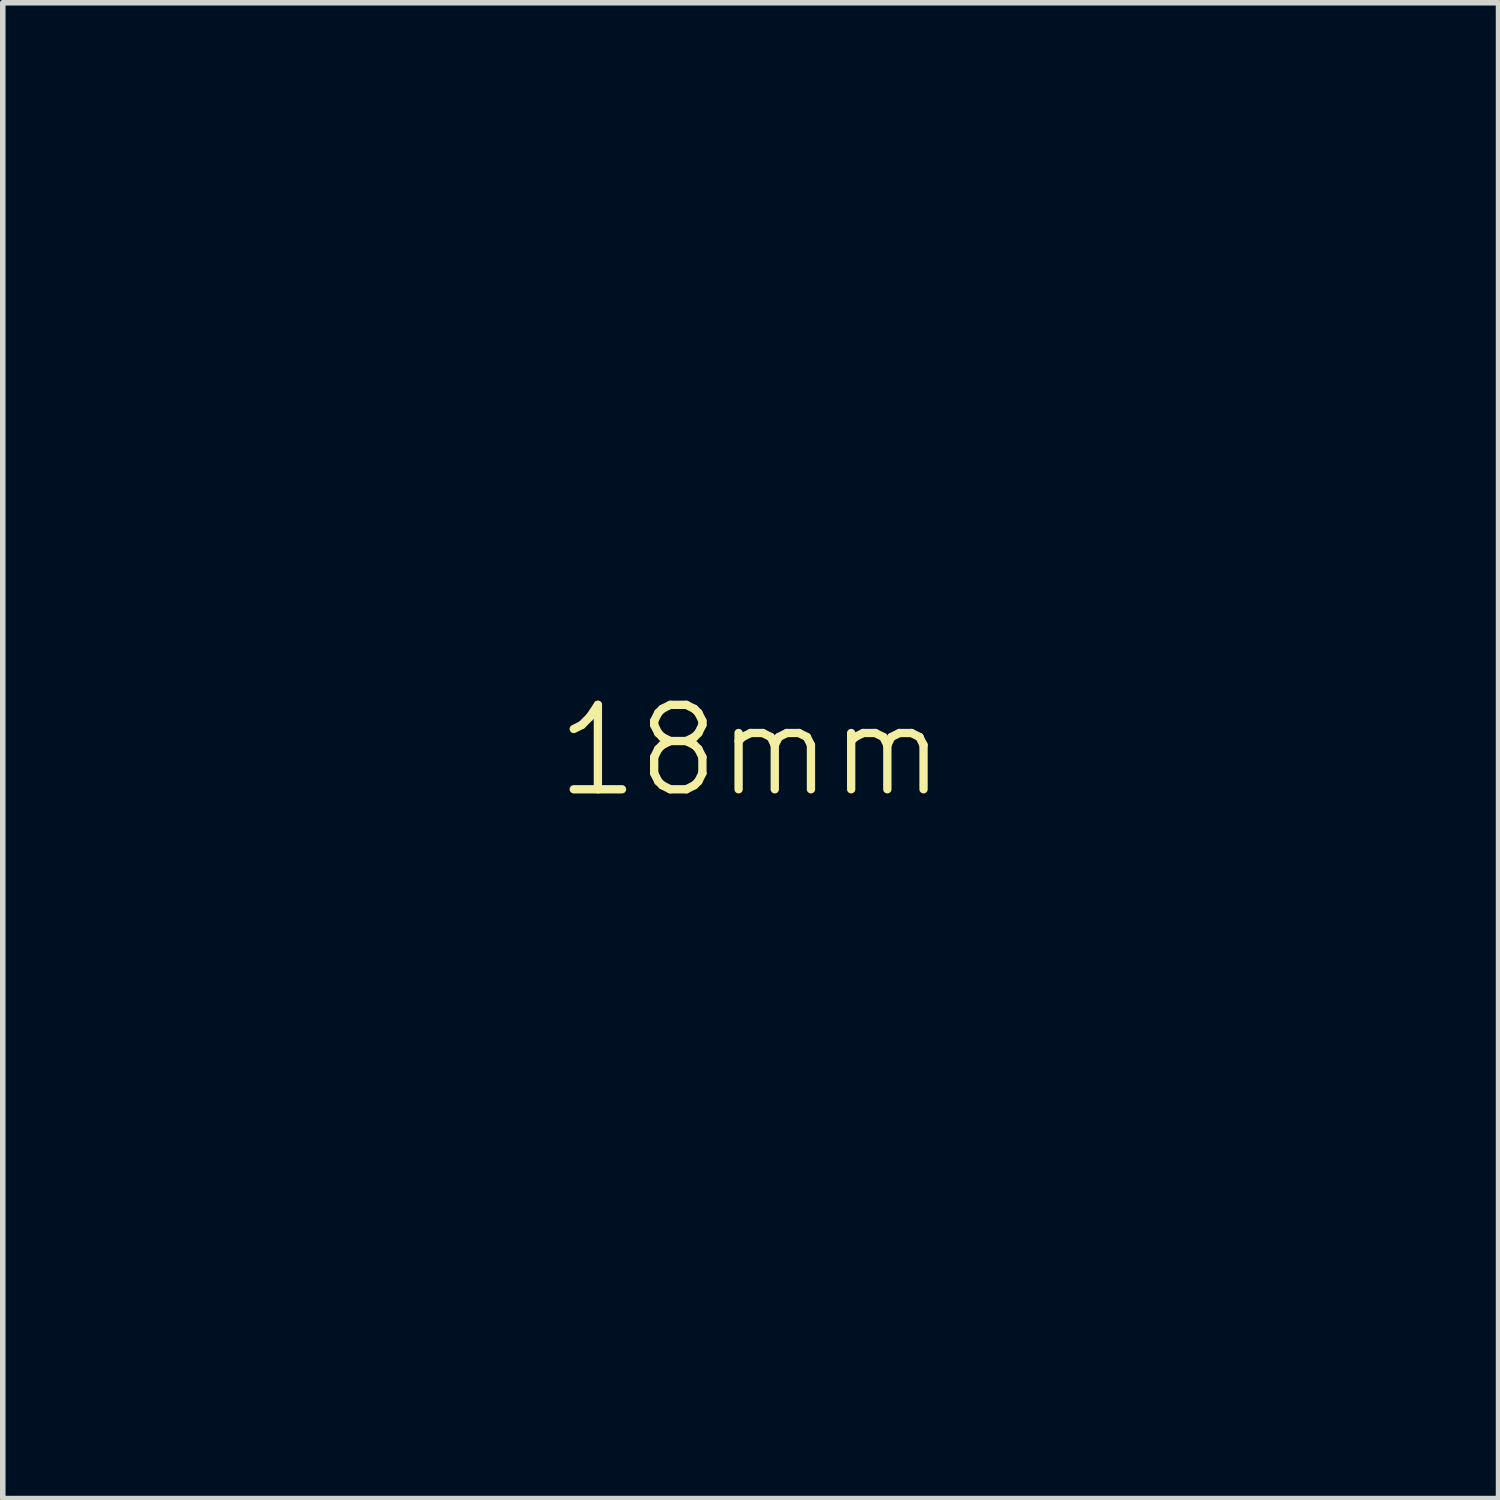
<source format=kicad_pcb>
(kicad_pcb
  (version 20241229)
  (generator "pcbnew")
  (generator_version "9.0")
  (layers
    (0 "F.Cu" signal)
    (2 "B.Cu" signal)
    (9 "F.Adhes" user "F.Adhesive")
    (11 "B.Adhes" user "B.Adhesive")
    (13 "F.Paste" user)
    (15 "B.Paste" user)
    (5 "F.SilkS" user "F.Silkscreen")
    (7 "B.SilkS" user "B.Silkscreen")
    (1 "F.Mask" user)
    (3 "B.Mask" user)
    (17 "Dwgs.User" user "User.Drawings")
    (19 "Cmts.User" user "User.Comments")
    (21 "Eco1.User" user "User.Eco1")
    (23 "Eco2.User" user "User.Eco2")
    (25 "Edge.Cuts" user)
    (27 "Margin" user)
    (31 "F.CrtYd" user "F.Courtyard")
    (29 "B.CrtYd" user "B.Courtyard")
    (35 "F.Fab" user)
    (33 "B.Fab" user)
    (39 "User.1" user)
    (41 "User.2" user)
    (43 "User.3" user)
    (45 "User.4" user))
  (footprint "18mm"
    (layer "F.Cu")
    (at 10.5 10.5)
    (property "Reference" "18mm" (at 0 0 0) (layer "F.SilkS") (effects (font (size 1.524 1.524) (thickness 0.15))))
    (attr through_hole)
    (fp_poly (pts (xy 0 -10.5) (xy 0 -9) (xy 0.463 -8.988) (xy 0.92 -8.953) (xy 1.371 -8.896) (xy 1.814 -8.817) (xy 2.249 -8.717) (xy 2.676 -8.595) (xy 3.094 -8.454) (xy 3.503 -8.293) (xy 3.902 -8.112) (xy 4.29 -7.914) (xy 4.667 -7.697) (xy 5.032 -7.463) (xy 5.385 -7.212) (xy 5.725 -6.945) (xy 6.051 -6.662) (xy 6.364 -6.364) (xy 6.662 -6.051) (xy 6.945 -5.725) (xy 7.212 -5.385) (xy 7.463 -5.032) (xy 7.697 -4.667) (xy 7.914 -4.29) (xy 8.112 -3.902) (xy 8.293 -3.503) (xy 8.454 -3.094) (xy 8.595 -2.676) (xy 8.717 -2.249) (xy 8.817 -1.814) (xy 8.896 -1.371) (xy 8.953 -0.92) (xy 8.988 -0.463) (xy 9 0) (xy 8.997 0.194) (xy 8.99 0.388) (xy 8.979 0.582) (xy 8.964 0.775) (xy 8.945 0.967) (xy 8.921 1.159) (xy 8.894 1.349) (xy 8.862 1.539) (xy 8.827 1.728) (xy 8.787 1.916) (xy 8.744 2.104) (xy 8.696 2.29) (xy 8.645 2.475) (xy 8.59 2.658) (xy 8.53 2.841) (xy 8.467 3.022) (xy 8.4 3.202) (xy 8.33 3.38) (xy 8.255 3.557) (xy 8.177 3.732) (xy 8.095 3.905) (xy 8.009 4.077) (xy 7.919 4.247) (xy 7.826 4.416) (xy 7.729 4.582) (xy 7.629 4.747) (xy 7.525 4.909) (xy 7.417 5.069) (xy 7.306 5.228) (xy 7.191 5.384) (xy 7.072 5.538) (xy 6.95 5.689) (xy 6.936 5.678) (xy 6.921 5.667) (xy 6.905 5.656) (xy 6.89 5.646) (xy 6.874 5.636) (xy 6.858 5.626) (xy 6.842 5.617) (xy 6.826 5.608) (xy 6.81 5.599) (xy 6.793 5.591) (xy 6.777 5.583) (xy 6.76 5.576) (xy 6.743 5.568) (xy 6.726 5.561) (xy 6.708 5.555) (xy 6.691 5.549) (xy 6.674 5.543) (xy 6.656 5.538) (xy 6.638 5.532) (xy 6.62 5.528) (xy 6.602 5.523) (xy 6.584 5.519) (xy 6.566 5.516) (xy 6.548 5.512) (xy 6.53 5.51) (xy 6.511 5.507) (xy 6.493 5.505) (xy 6.475 5.503) (xy 6.456 5.502) (xy 6.437 5.501) (xy 6.419 5.5) (xy 6.4 5.5) (xy 6.354 5.501) (xy 6.308 5.505) (xy 6.263 5.51) (xy 6.219 5.518) (xy 6.175 5.528) (xy 6.132 5.54) (xy 6.091 5.554) (xy 6.05 5.571) (xy 6.01 5.589) (xy 5.971 5.609) (xy 5.933 5.63) (xy 5.897 5.654) (xy 5.861 5.679) (xy 5.827 5.705) (xy 5.795 5.734) (xy 5.764 5.764) (xy 5.734 5.795) (xy 5.705 5.827) (xy 5.679 5.861) (xy 5.654 5.897) (xy 5.63 5.933) (xy 5.609 5.971) (xy 5.589 6.01) (xy 5.571 6.05) (xy 5.554 6.091) (xy 5.54 6.132) (xy 5.528 6.175) (xy 5.518 6.219) (xy 5.51 6.263) (xy 5.505 6.308) (xy 5.501 6.354) (xy 5.5 6.4) (xy 5.5 6.419) (xy 5.501 6.437) (xy 5.502 6.456) (xy 5.503 6.474) (xy 5.505 6.493) (xy 5.507 6.511) (xy 5.509 6.529) (xy 5.512 6.547) (xy 5.516 6.565) (xy 5.519 6.583) (xy 5.523 6.601) (xy 5.527 6.619) (xy 5.532 6.637) (xy 5.537 6.655) (xy 5.542 6.672) (xy 5.548 6.689) (xy 5.554 6.707) (xy 5.561 6.724) (xy 5.568 6.741) (xy 5.575 6.758) (xy 5.582 6.775) (xy 5.59 6.791) (xy 5.598 6.808) (xy 5.607 6.824) (xy 5.616 6.84) (xy 5.625 6.856) (xy 5.634 6.872) (xy 5.644 6.887) (xy 5.654 6.903) (xy 5.665 6.918) (xy 5.676 6.933) (xy 5.687 6.948) (xy 5.64 6.986) (xy 5.594 7.024) (xy 5.546 7.061) (xy 5.499 7.098) (xy 5.452 7.135) (xy 5.404 7.171) (xy 5.356 7.207) (xy 5.307 7.243) (xy 5.259 7.278) (xy 5.21 7.313) (xy 5.161 7.348) (xy 5.112 7.382) (xy 5.063 7.417) (xy 5.013 7.45) (xy 4.963 7.484) (xy 4.913 7.517) (xy 4.863 7.55) (xy 4.812 7.582) (xy 4.762 7.614) (xy 4.711 7.646) (xy 4.659 7.677) (xy 4.608 7.708) (xy 4.556 7.739) (xy 4.505 7.769) (xy 4.453 7.799) (xy 4.4 7.829) (xy 4.348 7.859) (xy 4.295 7.888) (xy 4.243 7.916) (xy 4.19 7.944) (xy 4.136 7.972) (xy 4.083 8) (xy 3.5 8) (xy 3.5 5.1) (xy 3.3 4.9) (xy -3.3 4.9) (xy -3.5 5.1) (xy -3.5 8) (xy -4.118 8) (xy -4.396 7.851) (xy -4.667 7.693) (xy -4.931 7.527) (xy -5.188 7.352) (xy -5.438 7.169) (xy -5.681 6.978) (xy -5.917 6.779) (xy -6.145 6.573) (xy -6.365 6.36) (xy -6.578 6.14) (xy -6.783 5.913) (xy -6.979 5.68) (xy -7.168 5.44) (xy -7.348 5.194) (xy -7.52 4.943) (xy -7.683 4.686) (xy -7.837 4.423) (xy -7.982 4.155) (xy -8.118 3.883) (xy -8.245 3.606) (xy -8.363 3.324) (xy -8.471 3.038) (xy -8.569 2.749) (xy -8.658 2.455) (xy -8.737 2.158) (xy -8.806 1.858) (xy -8.865 1.554) (xy -8.913 1.248) (xy -8.951 0.939) (xy -8.978 0.628) (xy -8.994 0.315) (xy -9 0) (xy -8.988 -0.463) (xy -8.953 -0.92) (xy -8.896 -1.371) (xy -8.817 -1.814) (xy -8.717 -2.249) (xy -8.595 -2.676) (xy -8.454 -3.094) (xy -8.293 -3.503) (xy -8.112 -3.902) (xy -7.914 -4.29) (xy -7.697 -4.667) (xy -7.463 -5.032) (xy -7.212 -5.385) (xy -6.945 -5.725) (xy -6.662 -6.051) (xy -6.364 -6.364) (xy -6.051 -6.662) (xy -5.725 -6.945) (xy -5.385 -7.212) (xy -5.032 -7.463) (xy -4.667 -7.697) (xy -4.29 -7.914) (xy -3.902 -8.112) (xy -3.503 -8.293) (xy -3.094 -8.454) (xy -2.676 -8.595) (xy -2.249 -8.717) (xy -1.814 -8.817) (xy -1.371 -8.896) (xy -0.92 -8.953) (xy -0.463 -8.988) (xy 0 -9) (xy 0 -10.5) (xy -0.54 -10.486) (xy -1.074 -10.446) (xy -1.599 -10.379) (xy -2.116 -10.287) (xy -2.624 -10.17) (xy -3.122 -10.028) (xy -3.61 -9.863) (xy -4.087 -9.675) (xy -4.552 -9.465) (xy -5.005 -9.233) (xy -5.445 -8.98) (xy -5.871 -8.707) (xy -6.282 -8.414) (xy -6.679 -8.102) (xy -7.06 -7.772) (xy -7.425 -7.425) (xy -7.772 -7.06) (xy -8.102 -6.679) (xy -8.414 -6.282) (xy -8.707 -5.871) (xy -8.98 -5.445) (xy -9.233 -5.005) (xy -9.465 -4.552) (xy -9.675 -4.087) (xy -9.863 -3.61) (xy -10.028 -3.122) (xy -10.17 -2.624) (xy -10.287 -2.116) (xy -10.379 -1.599) (xy -10.446 -1.074) (xy -10.486 -0.54) (xy -10.5 0) (xy -10.486 0.54) (xy -10.446 1.074) (xy -10.379 1.599) (xy -10.287 2.116) (xy -10.17 2.624) (xy -10.028 3.122) (xy -9.863 3.61) (xy -9.675 4.087) (xy -9.465 4.552) (xy -9.233 5.005) (xy -8.98 5.445) (xy -8.707 5.871) (xy -8.414 6.282) (xy -8.102 6.679) (xy -7.772 7.06) (xy -7.425 7.425) (xy -7.06 7.772) (xy -6.679 8.102) (xy -6.282 8.414) (xy -5.871 8.707) (xy -5.445 8.98) (xy -5.005 9.233) (xy -4.552 9.465) (xy -4.087 9.675) (xy -3.61 9.863) (xy -3.122 10.028) (xy -2.624 10.17) (xy -2.116 10.287) (xy -1.599 10.379) (xy -1.074 10.446) (xy -0.54 10.486) (xy 0 10.5) (xy 0.54 10.486) (xy 1.074 10.446) (xy 1.599 10.379) (xy 2.116 10.287) (xy 2.624 10.17) (xy 3.122 10.028) (xy 3.61 9.863) (xy 4.087 9.675) (xy 4.552 9.465) (xy 5.005 9.233) (xy 5.445 8.98) (xy 5.871 8.707) (xy 6.282 8.414) (xy 6.679 8.102) (xy 7.06 7.772) (xy 7.425 7.425) (xy 7.772 7.06) (xy 8.102 6.679) (xy 8.414 6.282) (xy 8.707 5.871) (xy 8.98 5.445) (xy 9.233 5.005) (xy 9.465 4.552) (xy 9.675 4.087) (xy 9.863 3.61) (xy 10.028 3.122) (xy 10.17 2.624) (xy 10.287 2.116) (xy 10.379 1.599) (xy 10.446 1.074) (xy 10.486 0.54) (xy 10.5 0) (xy 10.486 -0.54) (xy 10.446 -1.074) (xy 10.379 -1.599) (xy 10.287 -2.116) (xy 10.17 -2.624) (xy 10.028 -3.122) (xy 9.863 -3.61) (xy 9.675 -4.087) (xy 9.465 -4.552) (xy 9.233 -5.005) (xy 8.98 -5.445) (xy 8.707 -5.871) (xy 8.414 -6.282) (xy 8.102 -6.679) (xy 7.772 -7.06) (xy 7.425 -7.425) (xy 7.06 -7.772) (xy 6.679 -8.102) (xy 6.282 -8.414) (xy 5.871 -8.707) (xy 5.445 -8.98) (xy 5.005 -9.233) (xy 4.552 -9.465) (xy 4.087 -9.675) (xy 3.61 -9.863) (xy 3.122 -10.028) (xy 2.624 -10.17) (xy 2.116 -10.287) (xy 1.599 -10.379) (xy 1.074 -10.446) (xy 0.54 -10.486) (xy 0 -10.5)) (stroke (width 0.000001) (type solid)) (fill yes) (layer "F.Mask"))
    (fp_poly (pts (xy 0 -10.5) (xy 0 -9) (xy 0.463 -8.988) (xy 0.92 -8.953) (xy 1.371 -8.896) (xy 1.814 -8.817) (xy 2.249 -8.717) (xy 2.676 -8.595) (xy 3.094 -8.454) (xy 3.503 -8.293) (xy 3.902 -8.112) (xy 4.29 -7.914) (xy 4.667 -7.697) (xy 5.032 -7.463) (xy 5.385 -7.212) (xy 5.725 -6.945) (xy 6.051 -6.662) (xy 6.364 -6.364) (xy 6.662 -6.051) (xy 6.945 -5.725) (xy 7.212 -5.385) (xy 7.463 -5.032) (xy 7.697 -4.667) (xy 7.914 -4.29) (xy 8.112 -3.902) (xy 8.293 -3.503) (xy 8.454 -3.094) (xy 8.595 -2.676) (xy 8.717 -2.249) (xy 8.817 -1.814) (xy 8.896 -1.371) (xy 8.953 -0.92) (xy 8.988 -0.463) (xy 9 0) (xy 8.997 0.194) (xy 8.99 0.388) (xy 8.979 0.582) (xy 8.964 0.775) (xy 8.945 0.967) (xy 8.921 1.159) (xy 8.894 1.349) (xy 8.862 1.539) (xy 8.827 1.728) (xy 8.787 1.916) (xy 8.744 2.104) (xy 8.696 2.29) (xy 8.645 2.475) (xy 8.59 2.658) (xy 8.53 2.841) (xy 8.467 3.022) (xy 8.4 3.202) (xy 8.33 3.38) (xy 8.255 3.557) (xy 8.177 3.732) (xy 8.095 3.905) (xy 8.009 4.077) (xy 7.919 4.247) (xy 7.826 4.416) (xy 7.729 4.582) (xy 7.629 4.747) (xy 7.525 4.909) (xy 7.417 5.069) (xy 7.306 5.228) (xy 7.191 5.384) (xy 7.072 5.538) (xy 6.95 5.689) (xy 6.936 5.678) (xy 6.921 5.667) (xy 6.905 5.656) (xy 6.89 5.646) (xy 6.874 5.636) (xy 6.858 5.626) (xy 6.842 5.617) (xy 6.826 5.608) (xy 6.81 5.599) (xy 6.793 5.591) (xy 6.777 5.583) (xy 6.76 5.576) (xy 6.743 5.568) (xy 6.726 5.561) (xy 6.708 5.555) (xy 6.691 5.549) (xy 6.674 5.543) (xy 6.656 5.538) (xy 6.638 5.532) (xy 6.62 5.528) (xy 6.602 5.523) (xy 6.584 5.519) (xy 6.566 5.516) (xy 6.548 5.512) (xy 6.53 5.51) (xy 6.511 5.507) (xy 6.493 5.505) (xy 6.475 5.503) (xy 6.456 5.502) (xy 6.437 5.501) (xy 6.419 5.5) (xy 6.4 5.5) (xy 6.354 5.501) (xy 6.308 5.505) (xy 6.263 5.51) (xy 6.219 5.518) (xy 6.175 5.528) (xy 6.132 5.54) (xy 6.091 5.554) (xy 6.05 5.571) (xy 6.01 5.589) (xy 5.971 5.609) (xy 5.933 5.63) (xy 5.897 5.654) (xy 5.861 5.679) (xy 5.827 5.705) (xy 5.795 5.734) (xy 5.764 5.764) (xy 5.734 5.795) (xy 5.705 5.827) (xy 5.679 5.861) (xy 5.654 5.897) (xy 5.63 5.933) (xy 5.609 5.971) (xy 5.589 6.01) (xy 5.571 6.05) (xy 5.554 6.091) (xy 5.54 6.132) (xy 5.528 6.175) (xy 5.518 6.219) (xy 5.51 6.263) (xy 5.505 6.308) (xy 5.501 6.354) (xy 5.5 6.4) (xy 5.5 6.419) (xy 5.501 6.437) (xy 5.502 6.456) (xy 5.503 6.474) (xy 5.505 6.493) (xy 5.507 6.511) (xy 5.509 6.529) (xy 5.512 6.547) (xy 5.516 6.565) (xy 5.519 6.583) (xy 5.523 6.601) (xy 5.527 6.619) (xy 5.532 6.637) (xy 5.537 6.655) (xy 5.542 6.672) (xy 5.548 6.689) (xy 5.554 6.707) (xy 5.561 6.724) (xy 5.568 6.741) (xy 5.575 6.758) (xy 5.582 6.775) (xy 5.59 6.791) (xy 5.598 6.808) (xy 5.607 6.824) (xy 5.616 6.84) (xy 5.625 6.856) (xy 5.634 6.872) (xy 5.644 6.887) (xy 5.654 6.903) (xy 5.665 6.918) (xy 5.676 6.933) (xy 5.687 6.948) (xy 5.64 6.986) (xy 5.594 7.024) (xy 5.546 7.061) (xy 5.499 7.098) (xy 5.452 7.135) (xy 5.404 7.171) (xy 5.356 7.207) (xy 5.307 7.243) (xy 5.259 7.278) (xy 5.21 7.313) (xy 5.161 7.348) (xy 5.112 7.382) (xy 5.063 7.417) (xy 5.013 7.45) (xy 4.963 7.484) (xy 4.913 7.517) (xy 4.863 7.55) (xy 4.812 7.582) (xy 4.762 7.614) (xy 4.711 7.646) (xy 4.659 7.677) (xy 4.608 7.708) (xy 4.556 7.739) (xy 4.505 7.769) (xy 4.453 7.799) (xy 4.4 7.829) (xy 4.348 7.859) (xy 4.295 7.888) (xy 4.243 7.916) (xy 4.19 7.944) (xy 4.136 7.972) (xy 4.083 8) (xy 3.5 8) (xy 3.5 5.1) (xy 3.3 4.9) (xy -3.3 4.9) (xy -3.5 5.1) (xy -3.5 8) (xy -4.118 8) (xy -4.396 7.851) (xy -4.667 7.693) (xy -4.931 7.527) (xy -5.188 7.352) (xy -5.438 7.169) (xy -5.681 6.978) (xy -5.917 6.779) (xy -6.145 6.573) (xy -6.365 6.36) (xy -6.578 6.14) (xy -6.783 5.913) (xy -6.979 5.68) (xy -7.168 5.44) (xy -7.348 5.194) (xy -7.52 4.943) (xy -7.683 4.686) (xy -7.837 4.423) (xy -7.982 4.155) (xy -8.118 3.883) (xy -8.245 3.606) (xy -8.363 3.324) (xy -8.471 3.038) (xy -8.569 2.749) (xy -8.658 2.455) (xy -8.737 2.158) (xy -8.806 1.858) (xy -8.865 1.554) (xy -8.913 1.248) (xy -8.951 0.939) (xy -8.978 0.628) (xy -8.994 0.315) (xy -9 0) (xy -8.988 -0.463) (xy -8.953 -0.92) (xy -8.896 -1.371) (xy -8.817 -1.814) (xy -8.717 -2.249) (xy -8.595 -2.676) (xy -8.454 -3.094) (xy -8.293 -3.503) (xy -8.112 -3.902) (xy -7.914 -4.29) (xy -7.697 -4.667) (xy -7.463 -5.032) (xy -7.212 -5.385) (xy -6.945 -5.725) (xy -6.662 -6.051) (xy -6.364 -6.364) (xy -6.051 -6.662) (xy -5.725 -6.945) (xy -5.385 -7.212) (xy -5.032 -7.463) (xy -4.667 -7.697) (xy -4.29 -7.914) (xy -3.902 -8.112) (xy -3.503 -8.293) (xy -3.094 -8.454) (xy -2.676 -8.595) (xy -2.249 -8.717) (xy -1.814 -8.817) (xy -1.371 -8.896) (xy -0.92 -8.953) (xy -0.463 -8.988) (xy 0 -9) (xy 0 -10.5) (xy -0.54 -10.486) (xy -1.074 -10.446) (xy -1.599 -10.379) (xy -2.116 -10.287) (xy -2.624 -10.17) (xy -3.122 -10.028) (xy -3.61 -9.863) (xy -4.087 -9.675) (xy -4.552 -9.465) (xy -5.005 -9.233) (xy -5.445 -8.98) (xy -5.871 -8.707) (xy -6.282 -8.414) (xy -6.679 -8.102) (xy -7.06 -7.772) (xy -7.425 -7.425) (xy -7.772 -7.06) (xy -8.102 -6.679) (xy -8.414 -6.282) (xy -8.707 -5.871) (xy -8.98 -5.445) (xy -9.233 -5.005) (xy -9.465 -4.552) (xy -9.675 -4.087) (xy -9.863 -3.61) (xy -10.028 -3.122) (xy -10.17 -2.624) (xy -10.287 -2.116) (xy -10.379 -1.599) (xy -10.446 -1.074) (xy -10.486 -0.54) (xy -10.5 0) (xy -10.486 0.54) (xy -10.446 1.074) (xy -10.379 1.599) (xy -10.287 2.116) (xy -10.17 2.624) (xy -10.028 3.122) (xy -9.863 3.61) (xy -9.675 4.087) (xy -9.465 4.552) (xy -9.233 5.005) (xy -8.98 5.445) (xy -8.707 5.871) (xy -8.414 6.282) (xy -8.102 6.679) (xy -7.772 7.06) (xy -7.425 7.425) (xy -7.06 7.772) (xy -6.679 8.102) (xy -6.282 8.414) (xy -5.871 8.707) (xy -5.445 8.98) (xy -5.005 9.233) (xy -4.552 9.465) (xy -4.087 9.675) (xy -3.61 9.863) (xy -3.122 10.028) (xy -2.624 10.17) (xy -2.116 10.287) (xy -1.599 10.379) (xy -1.074 10.446) (xy -0.54 10.486) (xy 0 10.5) (xy 0.54 10.486) (xy 1.074 10.446) (xy 1.599 10.379) (xy 2.116 10.287) (xy 2.624 10.17) (xy 3.122 10.028) (xy 3.61 9.863) (xy 4.087 9.675) (xy 4.552 9.465) (xy 5.005 9.233) (xy 5.445 8.98) (xy 5.871 8.707) (xy 6.282 8.414) (xy 6.679 8.102) (xy 7.06 7.772) (xy 7.425 7.425) (xy 7.772 7.06) (xy 8.102 6.679) (xy 8.414 6.282) (xy 8.707 5.871) (xy 8.98 5.445) (xy 9.233 5.005) (xy 9.465 4.552) (xy 9.675 4.087) (xy 9.863 3.61) (xy 10.028 3.122) (xy 10.17 2.624) (xy 10.287 2.116) (xy 10.379 1.599) (xy 10.446 1.074) (xy 10.486 0.54) (xy 10.5 0) (xy 10.486 -0.54) (xy 10.446 -1.074) (xy 10.379 -1.599) (xy 10.287 -2.116) (xy 10.17 -2.624) (xy 10.028 -3.122) (xy 9.863 -3.61) (xy 9.675 -4.087) (xy 9.465 -4.552) (xy 9.233 -5.005) (xy 8.98 -5.445) (xy 8.707 -5.871) (xy 8.414 -6.282) (xy 8.102 -6.679) (xy 7.772 -7.06) (xy 7.425 -7.425) (xy 7.06 -7.772) (xy 6.679 -8.102) (xy 6.282 -8.414) (xy 5.871 -8.707) (xy 5.445 -8.98) (xy 5.005 -9.233) (xy 4.552 -9.465) (xy 4.087 -9.675) (xy 3.61 -9.863) (xy 3.122 -10.028) (xy 2.624 -10.17) (xy 2.116 -10.287) (xy 1.599 -10.379) (xy 1.074 -10.446) (xy 0.54 -10.486) (xy 0 -10.5)) (stroke (width 0.000001) (type solid)) (fill yes) (layer "B.Mask")))
  (gr_rect
    (start -3 -3)
    (end 24 24)
    (stroke (width 0.1) (type default))
    (fill no)
    (layer "Edge.Cuts")))
</source>
